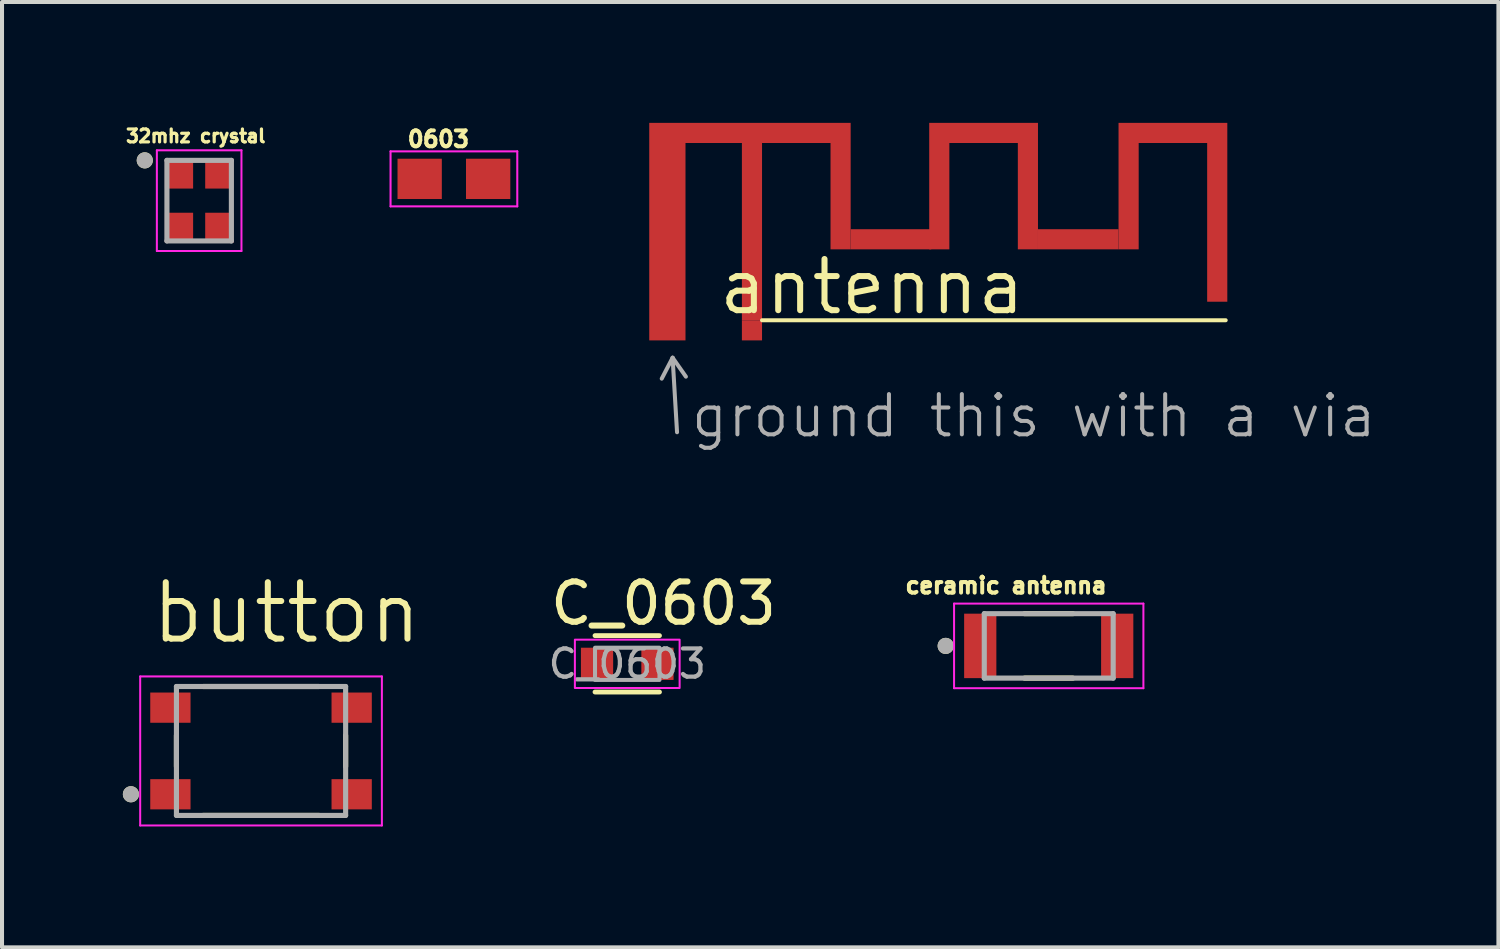
<source format=kicad_pcb>
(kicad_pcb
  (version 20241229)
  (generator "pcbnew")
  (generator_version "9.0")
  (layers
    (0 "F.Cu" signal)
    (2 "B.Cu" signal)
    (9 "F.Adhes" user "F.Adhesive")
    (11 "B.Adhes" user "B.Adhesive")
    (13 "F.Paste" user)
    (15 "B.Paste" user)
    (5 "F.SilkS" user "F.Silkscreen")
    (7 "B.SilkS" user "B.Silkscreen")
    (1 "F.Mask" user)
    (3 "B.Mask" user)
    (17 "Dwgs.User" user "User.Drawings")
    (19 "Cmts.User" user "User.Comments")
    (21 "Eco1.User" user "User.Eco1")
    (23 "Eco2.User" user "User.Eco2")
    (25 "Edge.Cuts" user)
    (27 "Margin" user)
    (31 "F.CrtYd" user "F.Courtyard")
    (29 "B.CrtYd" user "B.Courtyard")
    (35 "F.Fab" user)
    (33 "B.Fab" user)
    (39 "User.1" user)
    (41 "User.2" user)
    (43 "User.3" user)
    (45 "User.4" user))
  (footprint "button"
    (layer "F.Cu")
    (at 3.43 15.592)
    (property "Reference" "button" (at 0.635 -3.429 0) (layer "F.SilkS") (effects (font (size 1.4 1.4) (thickness 0.15))))
    (attr smd)
    (fp_line (start -2.1 -0.387) (end -2.1 0.387) (stroke (width 0.127) (type solid)) (layer "F.SilkS"))
    (fp_line (start -1.437 1.6) (end 1.437 1.6) (stroke (width 0.127) (type solid)) (layer "F.SilkS"))
    (fp_line (start 1.437 -1.6) (end -1.437 -1.6) (stroke (width 0.127) (type solid)) (layer "F.SilkS"))
    (fp_line (start 2.1 0.387) (end 2.1 -0.387) (stroke (width 0.127) (type solid)) (layer "F.SilkS"))
    (fp_circle (center -3.23 1.075) (end -3.13 1.075) (stroke (width 0.2) (type solid)) (fill no) (layer "F.SilkS"))
    (fp_line (start -3 -1.85) (end 3 -1.85) (stroke (width 0.05) (type solid)) (layer "F.CrtYd"))
    (fp_line (start -3 1.85) (end -3 -1.85) (stroke (width 0.05) (type solid)) (layer "F.CrtYd"))
    (fp_line (start 3 -1.85) (end 3 1.85) (stroke (width 0.05) (type solid)) (layer "F.CrtYd"))
    (fp_line (start 3 1.85) (end -3 1.85) (stroke (width 0.05) (type solid)) (layer "F.CrtYd"))
    (fp_line (start -2.1 -1.6) (end 2.1 -1.6) (stroke (width 0.127) (type solid)) (layer "F.Fab"))
    (fp_line (start -2.1 1.6) (end -2.1 -1.6) (stroke (width 0.127) (type solid)) (layer "F.Fab"))
    (fp_line (start 2.1 -1.6) (end 2.1 1.6) (stroke (width 0.127) (type solid)) (layer "F.Fab"))
    (fp_line (start 2.1 1.6) (end -2.1 1.6) (stroke (width 0.127) (type solid)) (layer "F.Fab"))
    (fp_circle (center -3.23 1.075) (end -3.13 1.075) (stroke (width 0.2) (type solid)) (fill no) (layer "F.Fab"))
    (pad "1" smd rect (at -2.25 1.075) (size 1 0.75) (layers "F.Cu" "F.Mask" "F.Paste"))
    (pad "2" smd rect (at 2.25 1.075) (size 1 0.75) (layers "F.Cu" "F.Mask" "F.Paste"))
    (pad "3" smd rect (at -2.25 -1.075) (size 1 0.75) (layers "F.Cu" "F.Mask" "F.Paste"))
    (pad "4" smd rect (at 2.25 -1.075) (size 1 0.75) (layers "F.Cu" "F.Mask" "F.Paste")))
  (footprint "antenna"
    (layer "F.Cu")
    (at 13.067 4.9)
    (property "Reference" "antenna" (at 5.53 -0.83 0) (layer "F.SilkS") (effects (font (size 1.27 1.27) (thickness 0.15))))
    (attr through_hole)
    (fp_poly (pts (xy 0 -4.9) (xy 0 -4.4) (xy 5 -4.4) (xy 5 -4.9) (xy 0 -4.9)) (stroke (width 0) (type solid)) (fill yes) (layer "F.Cu"))
    (fp_poly (pts (xy 0 -4.4) (xy 0 0.5) (xy 0.9 0.5) (xy 0.9 -4.4) (xy 0 -4.4)) (stroke (width 0) (type solid)) (fill yes) (layer "F.Cu"))
    (fp_poly (pts (xy 2.3 -4.4) (xy 2.3 0) (xy 2.8 0) (xy 2.8 -4.4) (xy 2.3 -4.4)) (stroke (width 0) (type solid)) (fill yes) (layer "F.Cu"))
    (fp_poly (pts (xy 4.5 -4.4) (xy 4.5 -1.76) (xy 5 -1.76) (xy 5 -4.4) (xy 4.5 -4.4)) (stroke (width 0) (type solid)) (fill yes) (layer "F.Cu"))
    (fp_poly (pts (xy 5 -2.26) (xy 5 -1.76) (xy 7 -1.76) (xy 7 -2.26) (xy 5 -2.26)) (stroke (width 0) (type solid)) (fill yes) (layer "F.Cu"))
    (fp_poly (pts (xy 6.95 -4.9) (xy 6.95 -4.4) (xy 9.65 -4.4) (xy 9.65 -4.9) (xy 6.95 -4.9)) (stroke (width 0) (type solid)) (fill yes) (layer "F.Cu"))
    (fp_poly (pts (xy 6.95 -4.4) (xy 6.95 -1.76) (xy 7.45 -1.76) (xy 7.45 -4.4) (xy 6.95 -4.4)) (stroke (width 0) (type solid)) (fill yes) (layer "F.Cu"))
    (fp_poly (pts (xy 9.15 -4.4) (xy 9.15 -1.76) (xy 9.65 -1.76) (xy 9.65 -4.4) (xy 9.15 -4.4)) (stroke (width 0) (type solid)) (fill yes) (layer "F.Cu"))
    (fp_poly (pts (xy 9.65 -2.26) (xy 9.65 -1.76) (xy 11.65 -1.76) (xy 11.65 -2.26) (xy 9.65 -2.26)) (stroke (width 0) (type solid)) (fill yes) (layer "F.Cu"))
    (fp_poly (pts (xy 11.65 -4.9) (xy 11.65 -4.4) (xy 14.35 -4.4) (xy 14.35 -4.9) (xy 11.65 -4.9)) (stroke (width 0) (type solid)) (fill yes) (layer "F.Cu"))
    (fp_poly (pts (xy 11.65 -4.4) (xy 11.65 -1.76) (xy 12.15 -1.76) (xy 12.15 -4.4) (xy 11.65 -4.4)) (stroke (width 0) (type solid)) (fill yes) (layer "F.Cu"))
    (fp_poly (pts (xy 13.85 -4.4) (xy 13.85 -0.46) (xy 14.35 -0.46) (xy 14.35 -4.4) (xy 13.85 -4.4)) (stroke (width 0) (type solid)) (fill yes) (layer "F.Cu"))
    (fp_line (start 2.8 0) (end 14.31 0) (stroke (width 0.1) (type default)) (layer "F.SilkS"))
    (fp_line (start 0.58 0.93) (end 0.31 1.45) (stroke (width 0.1) (type solid)) (layer "F.Fab"))
    (fp_line (start 0.58 0.93) (end 0.69 2.78) (stroke (width 0.1) (type solid)) (layer "F.Fab"))
    (fp_line (start 0.58 0.93) (end 0.91 1.4) (stroke (width 0.1) (type solid)) (layer "F.Fab"))
    (fp_text user "ground this with a via" (at 0.98 2.96 0) (unlocked yes) (layer "F.Fab") (effects (font (size 1 1) (thickness 0.1)) (justify left bottom)))
    (pad "1" smd rect (at 2.55 0.25) (size 0.5 0.5) (layers "F.Cu" "F.Mask" "F.Paste")))
  (footprint "ceramic antenna"
    (layer "F.Cu")
    (at 22.984 12.984)
    (property "Reference" "ceramic antenna" (at -1.06 -1.5 0) (layer "F.SilkS") (effects (font (size 0.394 0.394) (thickness 0.15))))
    (attr smd)
    (fp_line (start -0.6 -0.8) (end 0.6 -0.8) (stroke (width 0.127) (type solid)) (layer "F.SilkS"))
    (fp_line (start -0.6 0.8) (end 0.6 0.8) (stroke (width 0.127) (type solid)) (layer "F.SilkS"))
    (fp_circle (center -2.558 0) (end -2.458 0) (stroke (width 0.2) (type solid)) (fill no) (layer "F.SilkS"))
    (fp_line (start -2.35 -1.05) (end 2.35 -1.05) (stroke (width 0.05) (type solid)) (layer "F.CrtYd"))
    (fp_line (start -2.35 1.05) (end -2.35 -1.05) (stroke (width 0.05) (type solid)) (layer "F.CrtYd"))
    (fp_line (start -2.35 1.05) (end 2.35 1.05) (stroke (width 0.05) (type solid)) (layer "F.CrtYd"))
    (fp_line (start 2.35 1.05) (end 2.35 -1.05) (stroke (width 0.05) (type solid)) (layer "F.CrtYd"))
    (fp_line (start -1.6 0.8) (end -1.6 -0.8) (stroke (width 0.127) (type solid)) (layer "F.Fab"))
    (fp_line (start 1.6 -0.8) (end -1.6 -0.8) (stroke (width 0.127) (type solid)) (layer "F.Fab"))
    (fp_line (start 1.6 0.8) (end -1.6 0.8) (stroke (width 0.127) (type solid)) (layer "F.Fab"))
    (fp_line (start 1.6 0.8) (end 1.6 -0.8) (stroke (width 0.127) (type solid)) (layer "F.Fab"))
    (fp_circle (center -2.558 0) (end -2.458 0) (stroke (width 0.2) (type solid)) (fill no) (layer "F.Fab"))
    (pad "1" smd rect (at -1.7 0) (size 0.8 1.6) (layers "F.Cu" "F.Mask" "F.Paste"))
    (pad "2" smd rect (at 1.7 0) (size 0.8 1.6) (layers "F.Cu" "F.Mask" "F.Paste")))
  (footprint "32mhz crystal"
    (layer "F.Cu")
    (at 1.894 1.931)
    (property "Reference" "32mhz crystal" (at -0.084 -1.603 0) (layer "F.SilkS") (effects (font (size 0.32 0.32) (thickness 0.15))))
    (attr smd)
    (fp_circle (center -1.35 -1) (end -1.25 -1) (stroke (width 0.2) (type solid)) (fill no) (layer "F.SilkS"))
    (fp_line (start -1.05 -1.25) (end 1.05 -1.25) (stroke (width 0.05) (type solid)) (layer "F.CrtYd"))
    (fp_line (start -1.05 1.25) (end -1.05 -1.25) (stroke (width 0.05) (type solid)) (layer "F.CrtYd"))
    (fp_line (start 1.05 -1.25) (end 1.05 1.25) (stroke (width 0.05) (type solid)) (layer "F.CrtYd"))
    (fp_line (start 1.05 1.25) (end -1.05 1.25) (stroke (width 0.05) (type solid)) (layer "F.CrtYd"))
    (fp_line (start -0.8 -1) (end 0.8 -1) (stroke (width 0.127) (type solid)) (layer "F.Fab"))
    (fp_line (start -0.8 1) (end -0.8 -1) (stroke (width 0.127) (type solid)) (layer "F.Fab"))
    (fp_line (start 0.8 -1) (end 0.8 1) (stroke (width 0.127) (type solid)) (layer "F.Fab"))
    (fp_line (start 0.8 1) (end -0.8 1) (stroke (width 0.127) (type solid)) (layer "F.Fab"))
    (fp_circle (center -1.35 -1) (end -1.25 -1) (stroke (width 0.2) (type solid)) (fill no) (layer "F.Fab"))
    (pad "1" smd rect (at -0.5 -0.675) (size 0.7 0.75) (layers "F.Cu" "F.Mask" "F.Paste"))
    (pad "2" smd rect (at -0.5 0.675) (size 0.7 0.75) (layers "F.Cu" "F.Mask" "F.Paste"))
    (pad "3" smd rect (at 0.5 0.675) (size 0.7 0.75) (layers "F.Cu" "F.Mask" "F.Paste"))
    (pad "4" smd rect (at 0.5 -0.675) (size 0.7 0.75) (layers "F.Cu" "F.Mask" "F.Paste")))
  (footprint "C_0603"
    (layer "F.Cu")
    (at 12.521 13.429)
    (property "Reference" "C_0603" (at 0.9 -1.5 0) (layer "F.SilkS") (effects (font (size 1 1) (thickness 0.15))))
    (attr smd)
    (fp_line (start -0.8 -0.7) (end 0.8 -0.7) (stroke (width 0.12) (type solid)) (layer "F.SilkS"))
    (fp_line (start 0.8 0.7) (end -0.8 0.7) (stroke (width 0.12) (type solid)) (layer "F.SilkS"))
    (fp_rect (start -1.3 -0.6) (end 1.3 0.6) (stroke (width 0.05) (type default)) (fill no) (layer "F.CrtYd"))
    (fp_rect (start -0.8 -0.4) (end 0.8 0.4) (stroke (width 0.1) (type default)) (fill no) (layer "F.Fab"))
    (fp_text user "${REFERENCE}" (at 0 0 0) (layer "F.Fab") (effects (font (size 0.7 0.7) (thickness 0.105))))
    (pad "1" smd rect (at -0.75 0) (size 0.8 0.8) (layers "F.Cu" "F.Mask" "F.Paste"))
    (pad "2" smd rect (at 0.75 0) (size 0.8 0.8) (layers "F.Cu" "F.Mask" "F.Paste")))
  (footprint "0603"
    (layer "F.Cu")
    (at 8.218 1.39)
    (property "Reference" "0603" (at -0.385 -0.986 0) (layer "F.SilkS") (effects (font (size 0.394 0.394) (thickness 0.099))))
    (attr smd)
    (fp_line (start -1.573 -0.683) (end 1.573 -0.683) (stroke (width 0.051) (type solid)) (layer "F.CrtYd"))
    (fp_line (start -1.573 0.683) (end -1.573 -0.683) (stroke (width 0.051) (type solid)) (layer "F.CrtYd"))
    (fp_line (start 1.573 -0.683) (end 1.573 0.683) (stroke (width 0.051) (type solid)) (layer "F.CrtYd"))
    (fp_line (start 1.573 0.683) (end -1.573 0.683) (stroke (width 0.051) (type solid)) (layer "F.CrtYd"))
    (pad "1" smd rect (at -0.85 0) (size 1.1 1) (layers "F.Cu" "F.Mask" "F.Paste"))
    (pad "2" smd rect (at 0.85 0) (size 1.1 1) (layers "F.Cu" "F.Mask" "F.Paste")))
  (gr_rect
    (start -3 -3)
    (end 34.147 20.467)
    (stroke (width 0.1) (type default))
    (fill no)
    (layer "Edge.Cuts")))
</source>
